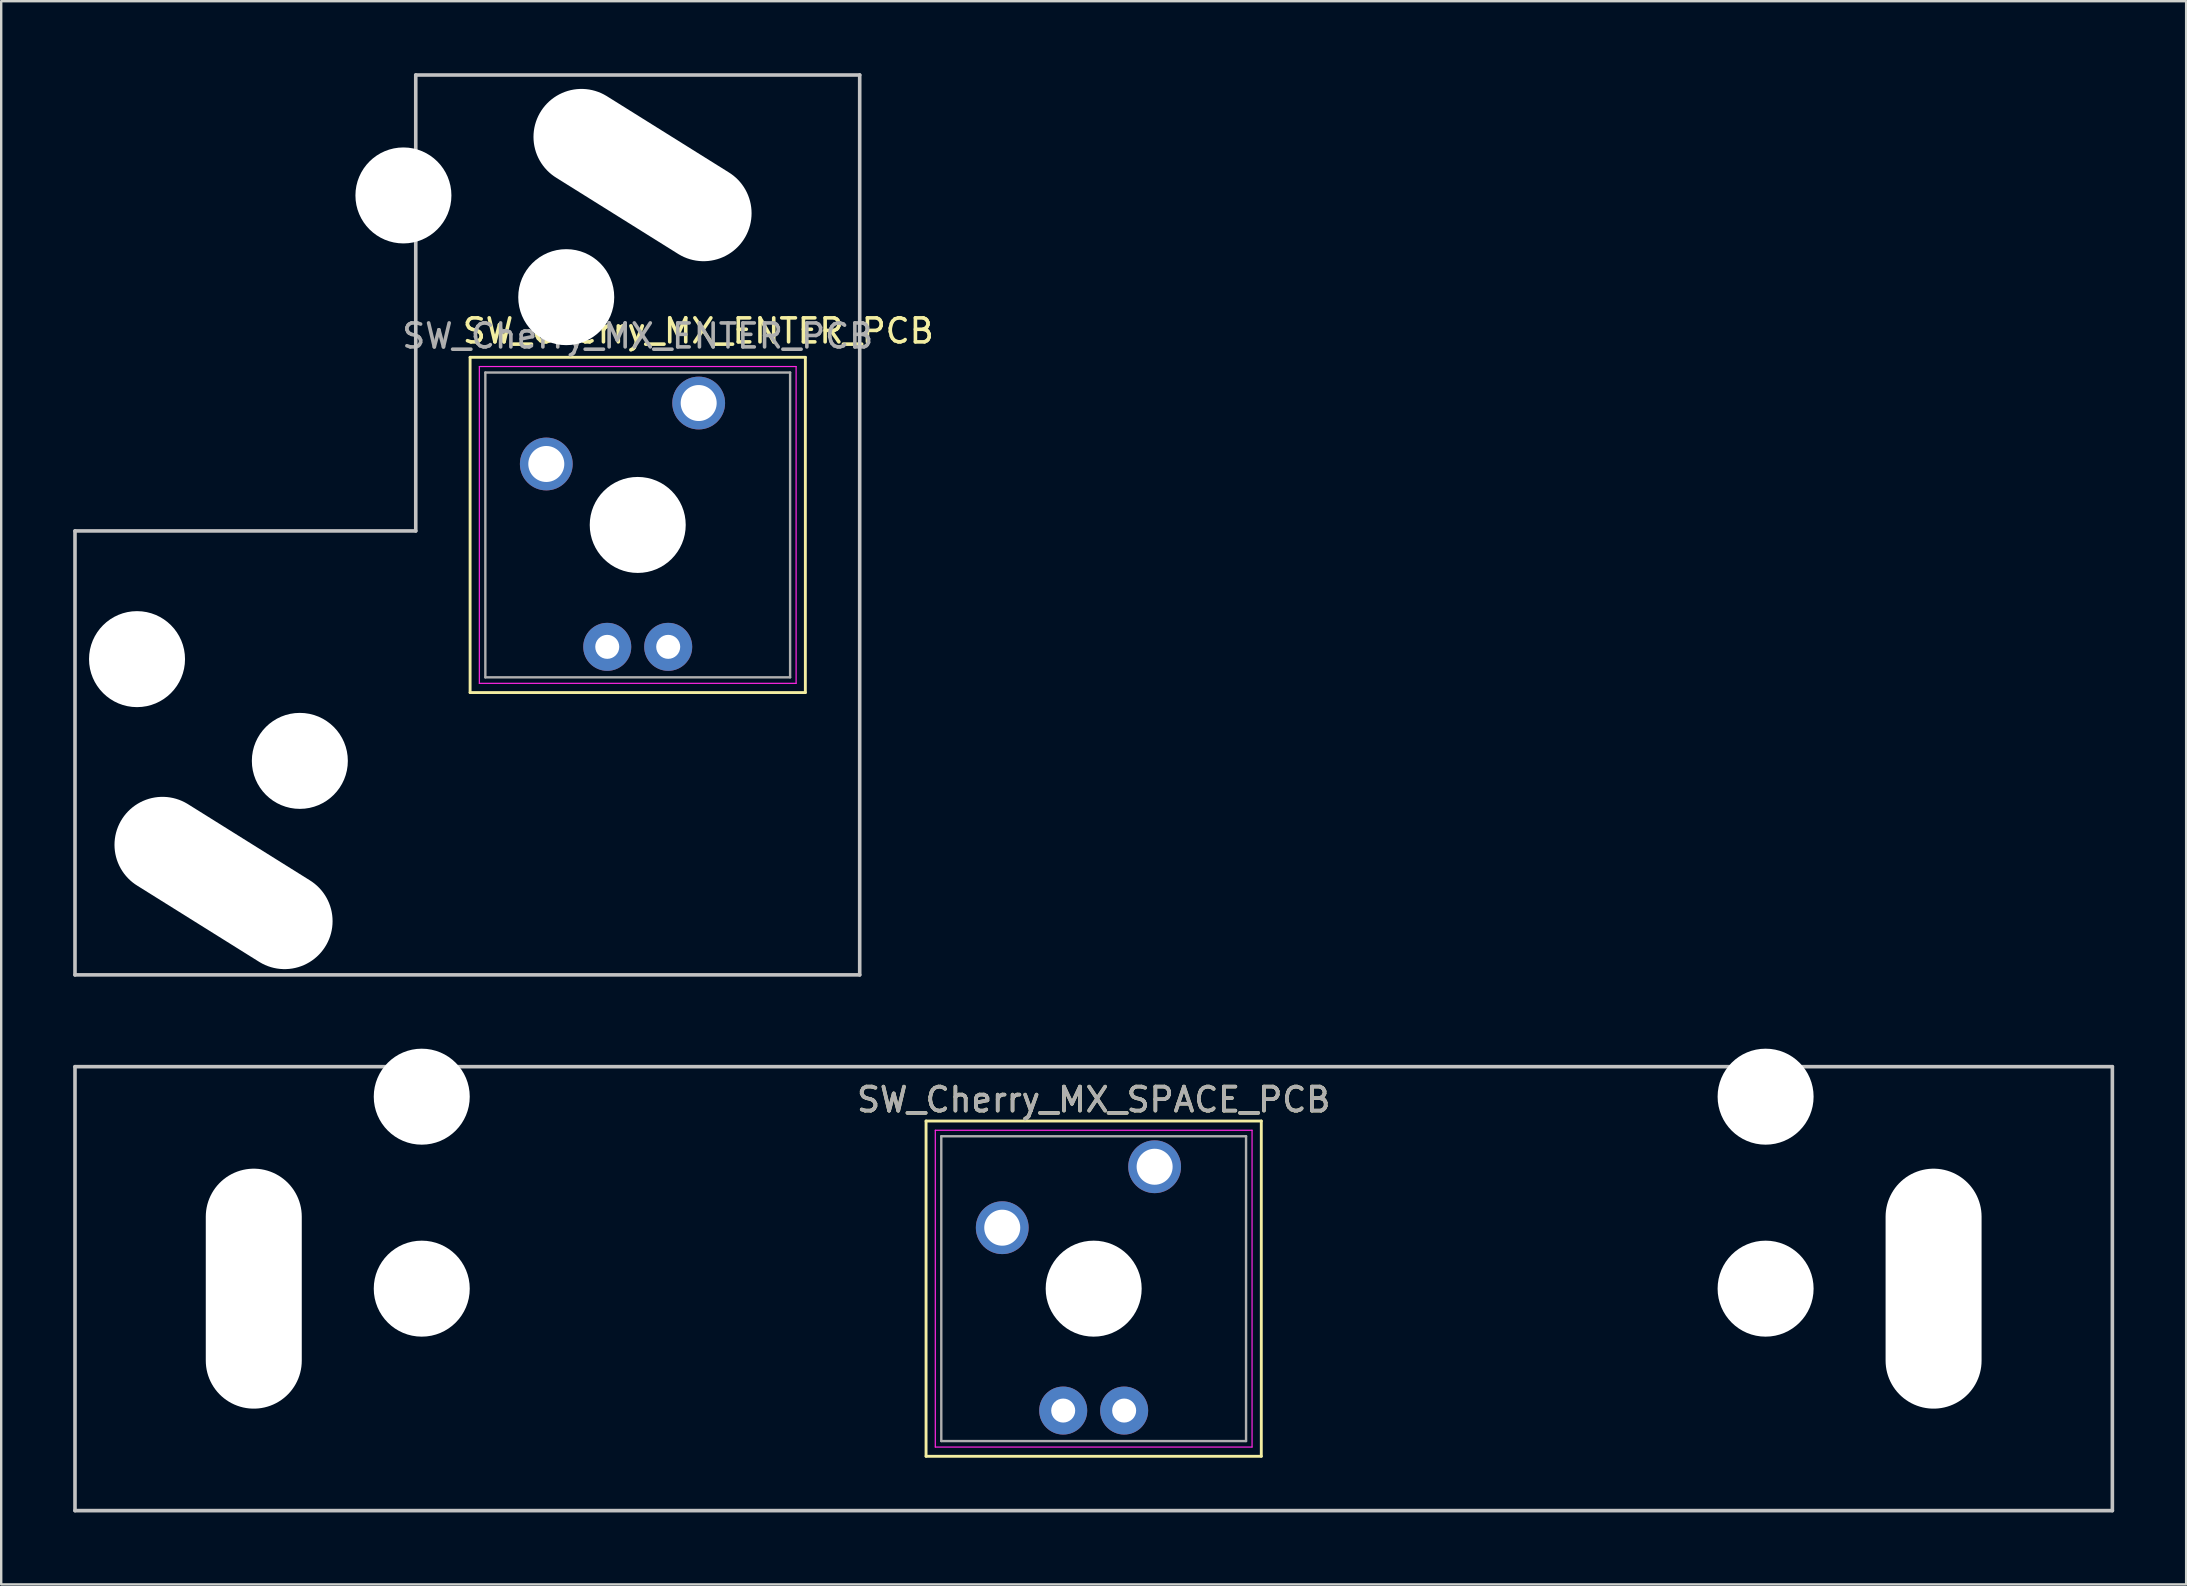
<source format=kicad_pcb>
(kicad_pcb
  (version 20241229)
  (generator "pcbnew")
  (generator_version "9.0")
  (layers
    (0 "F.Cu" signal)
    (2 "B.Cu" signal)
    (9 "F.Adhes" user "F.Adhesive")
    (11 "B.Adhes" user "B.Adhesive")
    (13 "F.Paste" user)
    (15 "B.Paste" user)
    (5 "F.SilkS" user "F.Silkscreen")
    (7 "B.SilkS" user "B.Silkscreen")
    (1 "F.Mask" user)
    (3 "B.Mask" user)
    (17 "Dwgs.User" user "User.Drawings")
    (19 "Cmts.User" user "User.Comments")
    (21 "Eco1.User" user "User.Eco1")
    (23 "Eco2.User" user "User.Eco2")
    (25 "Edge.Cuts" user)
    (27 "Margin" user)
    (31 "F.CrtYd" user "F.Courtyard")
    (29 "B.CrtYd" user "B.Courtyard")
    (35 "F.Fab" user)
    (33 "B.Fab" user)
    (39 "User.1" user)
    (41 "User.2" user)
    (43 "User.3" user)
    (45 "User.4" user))
  (footprint "SW_Cherry_MX_ENTER_PCB"
    (layer "F.Cu")
    (at 26.065 13.745)
    (property "Reference" "SW_Cherry_MX_ENTER_PCB" (at -0.016 -3.005 0) (layer "F.SilkS") (effects (font (size 1 1) (thickness 0.15))))
    (attr through_hole)
    (fp_circle (center -3.81 10.16) (end -2.81 10.16) (stroke (width 0) (type solid)) (fill yes) (layer "B.Mask"))
    (fp_circle (center -1.27 10.16) (end -0.27 10.16) (stroke (width 0) (type solid)) (fill yes) (layer "B.Mask"))
    (fp_line (start -9.525 -1.905) (end 4.445 -1.905) (stroke (width 0.12) (type solid)) (layer "F.SilkS"))
    (fp_line (start -9.525 12.065) (end -9.525 -1.905) (stroke (width 0.12) (type solid)) (layer "F.SilkS"))
    (fp_line (start 4.445 -1.905) (end 4.445 12.065) (stroke (width 0.12) (type solid)) (layer "F.SilkS"))
    (fp_line (start 4.445 12.065) (end -9.525 12.065) (stroke (width 0.12) (type solid)) (layer "F.SilkS"))
    (fp_line (start -25.99 5.33) (end -11.79 5.33) (stroke (width 0.15) (type solid)) (layer "Dwgs.User"))
    (fp_line (start -25.99 23.83) (end -25.99 5.33) (stroke (width 0.15) (type solid)) (layer "Dwgs.User"))
    (fp_line (start -11.79 -13.67) (end 6.71 -13.67) (stroke (width 0.15) (type solid)) (layer "Dwgs.User"))
    (fp_line (start -11.79 5.33) (end -11.79 -13.67) (stroke (width 0.15) (type solid)) (layer "Dwgs.User"))
    (fp_line (start 6.71 -13.67) (end 6.71 23.83) (stroke (width 0.15) (type solid)) (layer "Dwgs.User"))
    (fp_line (start 6.71 23.83) (end -25.99 23.83) (stroke (width 0.15) (type solid)) (layer "Dwgs.User"))
    (fp_line (start -9.14 -1.52) (end 4.06 -1.52) (stroke (width 0.05) (type solid)) (layer "F.CrtYd"))
    (fp_line (start -9.14 11.68) (end -9.14 -1.52) (stroke (width 0.05) (type solid)) (layer "F.CrtYd"))
    (fp_line (start 4.06 -1.52) (end 4.06 11.68) (stroke (width 0.05) (type solid)) (layer "F.CrtYd"))
    (fp_line (start 4.06 11.68) (end -9.14 11.68) (stroke (width 0.05) (type solid)) (layer "F.CrtYd"))
    (fp_line (start -8.89 -1.27) (end 3.81 -1.27) (stroke (width 0.1) (type solid)) (layer "F.Fab"))
    (fp_line (start -8.89 11.43) (end -8.89 -1.27) (stroke (width 0.1) (type solid)) (layer "F.Fab"))
    (fp_line (start 3.81 -1.27) (end 3.81 11.43) (stroke (width 0.1) (type solid)) (layer "F.Fab"))
    (fp_line (start 3.81 11.43) (end -8.89 11.43) (stroke (width 0.1) (type solid)) (layer "F.Fab"))
    (fp_text user "${REFERENCE}" (at -2.54 -2.794 0) (layer "F.Fab") (effects (font (size 1 1) (thickness 0.15))))
    (pad "" np_thru_hole circle (at -23.405 10.672) (size 4 4) (drill 4) (layers "*.Cu" "*.Mask"))
    (pad "" np_thru_hole oval (at -19.8 20 58) (size 4 10) (drill oval 4 10) (layers "*.Cu" "*.Mask"))
    (pad "" np_thru_hole circle (at -16.62 14.912) (size 4 4) (drill 4) (layers "*.Cu" "*.Mask"))
    (pad "" np_thru_hole circle (at -12.304 -8.651) (size 4 4) (drill 4) (layers "*.Cu" "*.Mask"))
    (pad "" np_thru_hole circle (at -5.519 -4.412) (size 4 4) (drill 4) (layers "*.Cu" "*.Mask"))
    (pad "" np_thru_hole circle (at -3.81 10.16) (size 2 2) (drill 1) (layers "*.Cu" "*.Mask"))
    (pad "" np_thru_hole circle (at -2.54 5.08) (size 4 4) (drill 4) (layers "*.Cu" "*.Mask"))
    (pad "" np_thru_hole oval (at -2.34 -9.5 58) (size 4 10) (drill oval 4 10) (layers "*.Cu" "*.Mask"))
    (pad "" np_thru_hole circle (at -1.27 10.16) (size 2 2) (drill 1) (layers "*.Cu" "*.Mask"))
    (pad "1" thru_hole circle (at 0 0) (size 2.2 2.2) (drill 1.5) (layers "*.Cu" "*.Mask"))
    (pad "2" thru_hole circle (at -6.35 2.54) (size 2.2 2.2) (drill 1.5) (layers "*.Cu" "*.Mask")))
  (footprint "SW_Cherry_MX_SPACE_PCB"
    (layer "F.Cu")
    (at 45.065 45.57)
    (property "Reference" "SW_Cherry_MX_SPACE_PCB" (at -2.54 -2.794 0) (layer "F.SilkS") (effects (font (size 1 1) (thickness 0.15))))
    (attr through_hole)
    (fp_circle (center -3.81 10.16) (end -2.81 10.16) (stroke (width 0) (type solid)) (fill yes) (layer "B.Mask"))
    (fp_circle (center -1.27 10.16) (end -0.27 10.16) (stroke (width 0) (type solid)) (fill yes) (layer "B.Mask"))
    (fp_line (start -9.525 -1.905) (end 4.445 -1.905) (stroke (width 0.12) (type solid)) (layer "F.SilkS"))
    (fp_line (start -9.525 12.065) (end -9.525 -1.905) (stroke (width 0.12) (type solid)) (layer "F.SilkS"))
    (fp_line (start 4.445 -1.905) (end 4.445 12.065) (stroke (width 0.12) (type solid)) (layer "F.SilkS"))
    (fp_line (start 4.445 12.065) (end -9.525 12.065) (stroke (width 0.12) (type solid)) (layer "F.SilkS"))
    (fp_line (start -44.99 -4.17) (end 39.91 -4.17) (stroke (width 0.15) (type solid)) (layer "Dwgs.User"))
    (fp_line (start -44.99 14.33) (end -44.99 -4.17) (stroke (width 0.15) (type solid)) (layer "Dwgs.User"))
    (fp_line (start 39.91 -4.17) (end 39.91 14.33) (stroke (width 0.15) (type solid)) (layer "Dwgs.User"))
    (fp_line (start 39.91 14.33) (end -44.99 14.33) (stroke (width 0.15) (type solid)) (layer "Dwgs.User"))
    (fp_line (start -9.14 -1.52) (end 4.06 -1.52) (stroke (width 0.05) (type solid)) (layer "F.CrtYd"))
    (fp_line (start -9.14 11.68) (end -9.14 -1.52) (stroke (width 0.05) (type solid)) (layer "F.CrtYd"))
    (fp_line (start 4.06 -1.52) (end 4.06 11.68) (stroke (width 0.05) (type solid)) (layer "F.CrtYd"))
    (fp_line (start 4.06 11.68) (end -9.14 11.68) (stroke (width 0.05) (type solid)) (layer "F.CrtYd"))
    (fp_line (start -8.89 -1.27) (end 3.81 -1.27) (stroke (width 0.1) (type solid)) (layer "F.Fab"))
    (fp_line (start -8.89 11.43) (end -8.89 -1.27) (stroke (width 0.1) (type solid)) (layer "F.Fab"))
    (fp_line (start 3.81 -1.27) (end 3.81 11.43) (stroke (width 0.1) (type solid)) (layer "F.Fab"))
    (fp_line (start 3.81 11.43) (end -8.89 11.43) (stroke (width 0.1) (type solid)) (layer "F.Fab"))
    (fp_text user "${REFERENCE}" (at -2.54 -2.794 0) (layer "F.Fab") (effects (font (size 1 1) (thickness 0.15))))
    (pad "" np_thru_hole oval (at -37.54 5.08) (size 4 10) (drill oval 4 10) (layers "*.Cu" "*.Mask"))
    (pad "" np_thru_hole circle (at -30.54 -2.92) (size 4 4) (drill 4) (layers "*.Cu" "*.Mask"))
    (pad "" np_thru_hole circle (at -30.54 5.08) (size 4 4) (drill 4) (layers "*.Cu" "*.Mask"))
    (pad "" np_thru_hole circle (at -3.81 10.16) (size 2 2) (drill 1) (layers "*.Cu" "*.Mask"))
    (pad "" np_thru_hole circle (at -2.54 5.08) (size 4 4) (drill 4) (layers "*.Cu" "*.Mask"))
    (pad "" np_thru_hole circle (at -1.27 10.16) (size 2 2) (drill 1) (layers "*.Cu" "*.Mask"))
    (pad "" np_thru_hole circle (at 25.46 -2.92) (size 4 4) (drill 4) (layers "*.Cu" "*.Mask"))
    (pad "" np_thru_hole circle (at 25.46 5.08) (size 4 4) (drill 4) (layers "*.Cu" "*.Mask"))
    (pad "" np_thru_hole oval (at 32.46 5.08) (size 4 10) (drill oval 4 10) (layers "*.Cu" "*.Mask"))
    (pad "1" thru_hole circle (at 0 0) (size 2.2 2.2) (drill 1.5) (layers "*.Cu" "*.Mask"))
    (pad "2" thru_hole circle (at -6.35 2.54) (size 2.2 2.2) (drill 1.5) (layers "*.Cu" "*.Mask")))
  (gr_rect
    (start -3 -3)
    (end 88.05 62.975)
    (stroke (width 0.1) (type default))
    (fill no)
    (layer "Edge.Cuts")))
</source>
